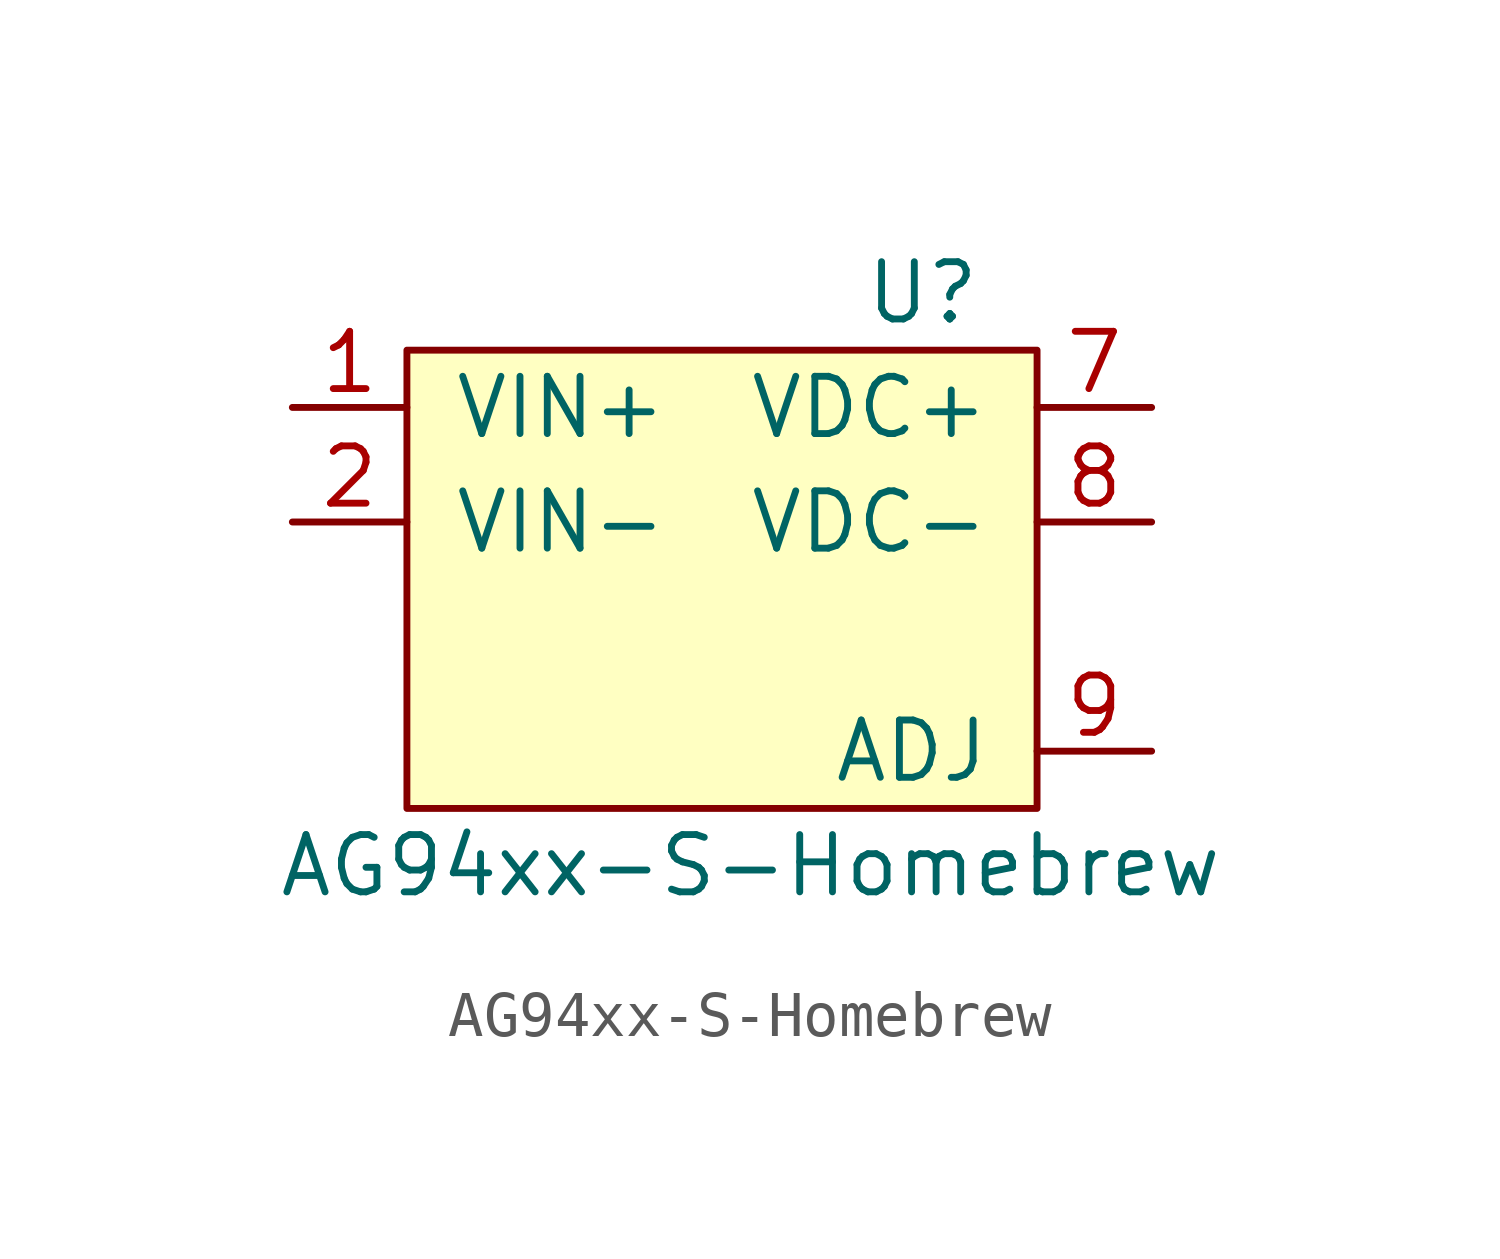
<source format=kicad_sym>
(kicad_symbol_lib
  (version 20231120)
  (generator "kicad_symbol_editor")
  (generator_version "8.0")
  (symbol "AG94xx-S-Homebrew"
    (pin_names
      (offset 1.016))
    (property "Reference" "U"
      (at 5.08 6.35 0)
      (effects (font (size 1.27 1.27))))
    (property "Value" "AG94xx-S-Homebrew"
      (at 1.27 -6.35 0)
      (effects (font (size 1.27 1.27))))
    (symbol "AG94xx-S-Homebrew_0_1"
      (rectangle (start -6.35 5.08) (end 7.62 -5.08) (stroke (width 0) (type solid)) (fill (type background))))
    (symbol "AG94xx-S-Homebrew_1_1"
      (pin power_in line (at -8.89 3.81 0) (length 2.54) (name "VIN+" (effects (font (size 1.27 1.27)))) (number "1" (effects (font (size 1.27 1.27)))))
      (pin power_in line (at -8.89 1.27 0) (length 2.54) (name "VIN-" (effects (font (size 1.27 1.27)))) (number "2" (effects (font (size 1.27 1.27)))))
      (pin power_out line (at 10.16 3.81 180) (length 2.54) (name "VDC+" (effects (font (size 1.27 1.27)))) (number "7" (effects (font (size 1.27 1.27)))))
      (pin power_in line (at 10.16 1.27 180) (length 2.54) (name "VDC-" (effects (font (size 1.27 1.27)))) (number "8" (effects (font (size 1.27 1.27)))))
      (pin input line (at 10.16 -3.81 180) (length 2.54) (name "ADJ" (effects (font (size 1.27 1.27)))) (number "9" (effects (font (size 1.27 1.27))))))))
</source>
